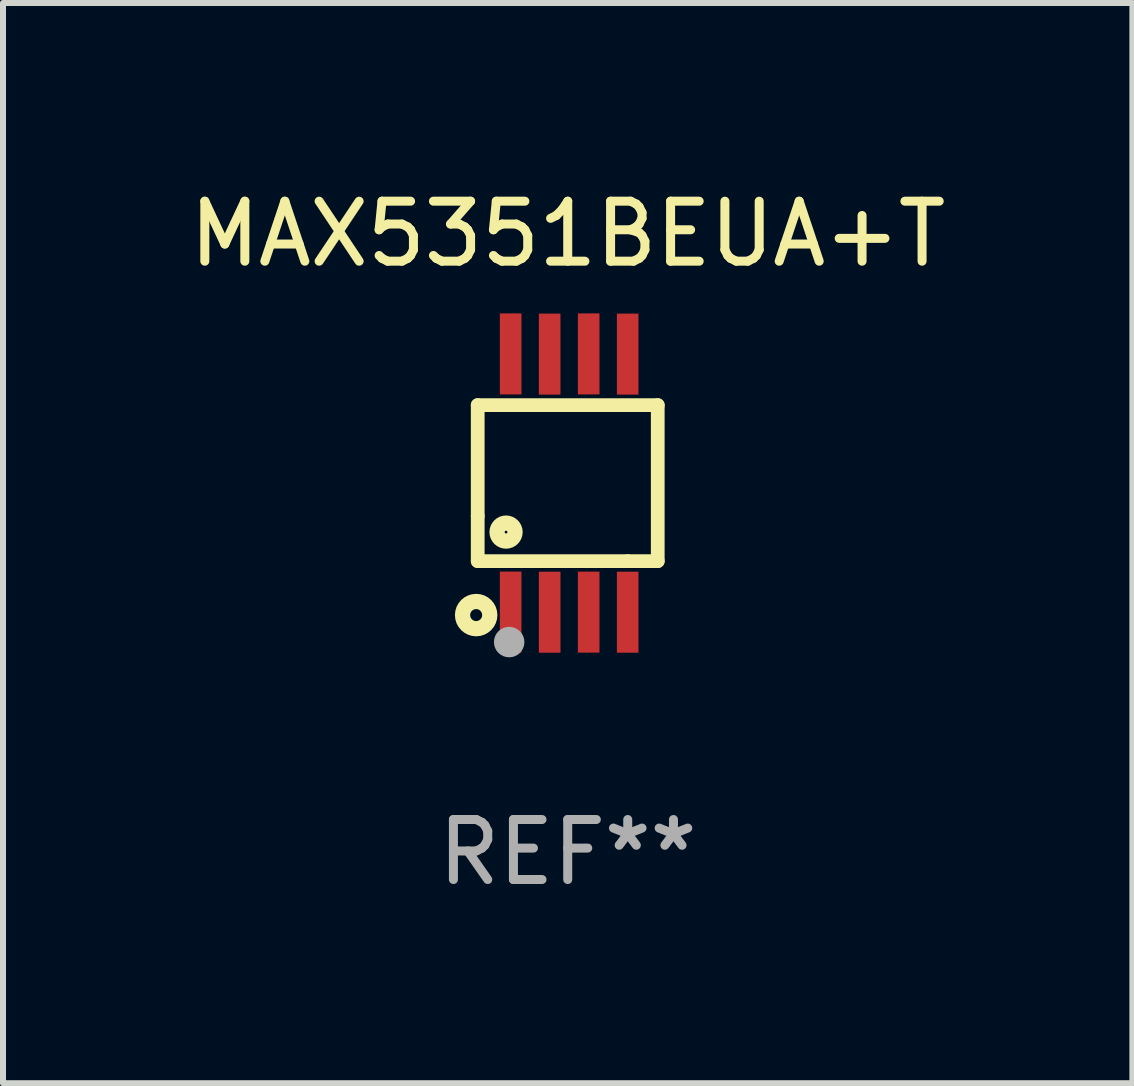
<source format=kicad_pcb>
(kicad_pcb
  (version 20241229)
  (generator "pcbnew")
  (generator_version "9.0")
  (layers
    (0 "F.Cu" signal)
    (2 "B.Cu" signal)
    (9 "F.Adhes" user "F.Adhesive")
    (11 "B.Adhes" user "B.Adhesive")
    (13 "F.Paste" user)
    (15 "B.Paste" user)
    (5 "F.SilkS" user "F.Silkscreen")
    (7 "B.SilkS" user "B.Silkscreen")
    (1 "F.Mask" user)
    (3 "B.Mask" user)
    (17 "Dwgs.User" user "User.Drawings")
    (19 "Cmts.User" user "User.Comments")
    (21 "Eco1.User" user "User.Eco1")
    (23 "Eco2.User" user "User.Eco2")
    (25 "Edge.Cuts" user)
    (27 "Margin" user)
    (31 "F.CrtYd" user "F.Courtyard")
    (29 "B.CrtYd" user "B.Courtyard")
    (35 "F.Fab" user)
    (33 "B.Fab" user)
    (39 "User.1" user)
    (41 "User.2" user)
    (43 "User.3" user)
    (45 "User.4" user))
  (footprint "MAX5351BEUA+T"
    (layer "F.Cu")
    (at 6.411 5)
    (property "Reference" "MAX5351BEUA+T" (at 0 -4.152 0) (layer "F.SilkS") (effects (font (size 1 1) (thickness 0.15))))
    (attr through_hole)
    (fp_line (start -1.5 1.301) (end 1 1.301) (stroke (width 0.229) (type solid)) (layer "F.SilkS"))
    (fp_line (start -1.5 -1.299) (end -1.5 0.551) (stroke (width 0.229) (type solid)) (layer "F.SilkS"))
    (fp_line (start -1.5 0.551) (end -1.5 1.301) (stroke (width 0.229) (type solid)) (layer "F.SilkS"))
    (fp_line (start 1 1.301) (end 1.5 1.301) (stroke (width 0.229) (type solid)) (layer "F.SilkS"))
    (fp_line (start 1.5 1.301) (end 1.5 -1.299) (stroke (width 0.229) (type solid)) (layer "F.SilkS"))
    (fp_line (start 1.5 -1.299) (end -1.5 -1.299) (stroke (width 0.229) (type solid)) (layer "F.SilkS"))
    (fp_circle (center -1.526 2.2) (end -1.426 2.2) (stroke (width 0.254) (type solid)) (fill no) (layer "F.SilkS"))
    (fp_circle (center -1.476 2.45) (end -1.446 2.45) (stroke (width 0.06) (type solid)) (fill no) (layer "F.SilkS"))
    (fp_circle (center -1.028 0.817) (end -0.878 0.817) (stroke (width 0.254) (type solid)) (fill no) (layer "F.SilkS"))
    (fp_circle (center -0.976 2.65) (end -0.849 2.65) (stroke (width 0.254) (type solid)) (fill no) (layer "F.Fab"))
    (fp_text user "REF**" (at 0 6.152 0) (layer "F.Fab") (effects (font (size 1 1) (thickness 0.15))))
    (pad "1" smd rect (at -0.951 2.15) (size 0.36 1.35) (layers "F.Cu" "F.Mask" "F.Paste"))
    (pad "2" smd rect (at -0.301 2.152) (size 0.36 1.35) (layers "F.Cu" "F.Mask" "F.Paste"))
    (pad "3" smd rect (at 0.349 2.151) (size 0.36 1.35) (layers "F.Cu" "F.Mask" "F.Paste"))
    (pad "4" smd rect (at 0.999 2.152) (size 0.36 1.35) (layers "F.Cu" "F.Mask" "F.Paste"))
    (pad "5" smd rect (at 0.999 -2.149) (size 0.36 1.35) (layers "F.Cu" "F.Mask" "F.Paste"))
    (pad "6" smd rect (at 0.349 -2.152) (size 0.36 1.35) (layers "F.Cu" "F.Mask" "F.Paste"))
    (pad "7" smd rect (at -0.301 -2.149) (size 0.36 1.35) (layers "F.Cu" "F.Mask" "F.Paste"))
    (pad "8" smd rect (at -0.951 -2.152) (size 0.36 1.35) (layers "F.Cu" "F.Mask" "F.Paste")))
  (gr_rect
    (start -3 -3)
    (end 15.821 15.001)
    (stroke (width 0.1) (type default))
    (fill no)
    (layer "Edge.Cuts")))
</source>
